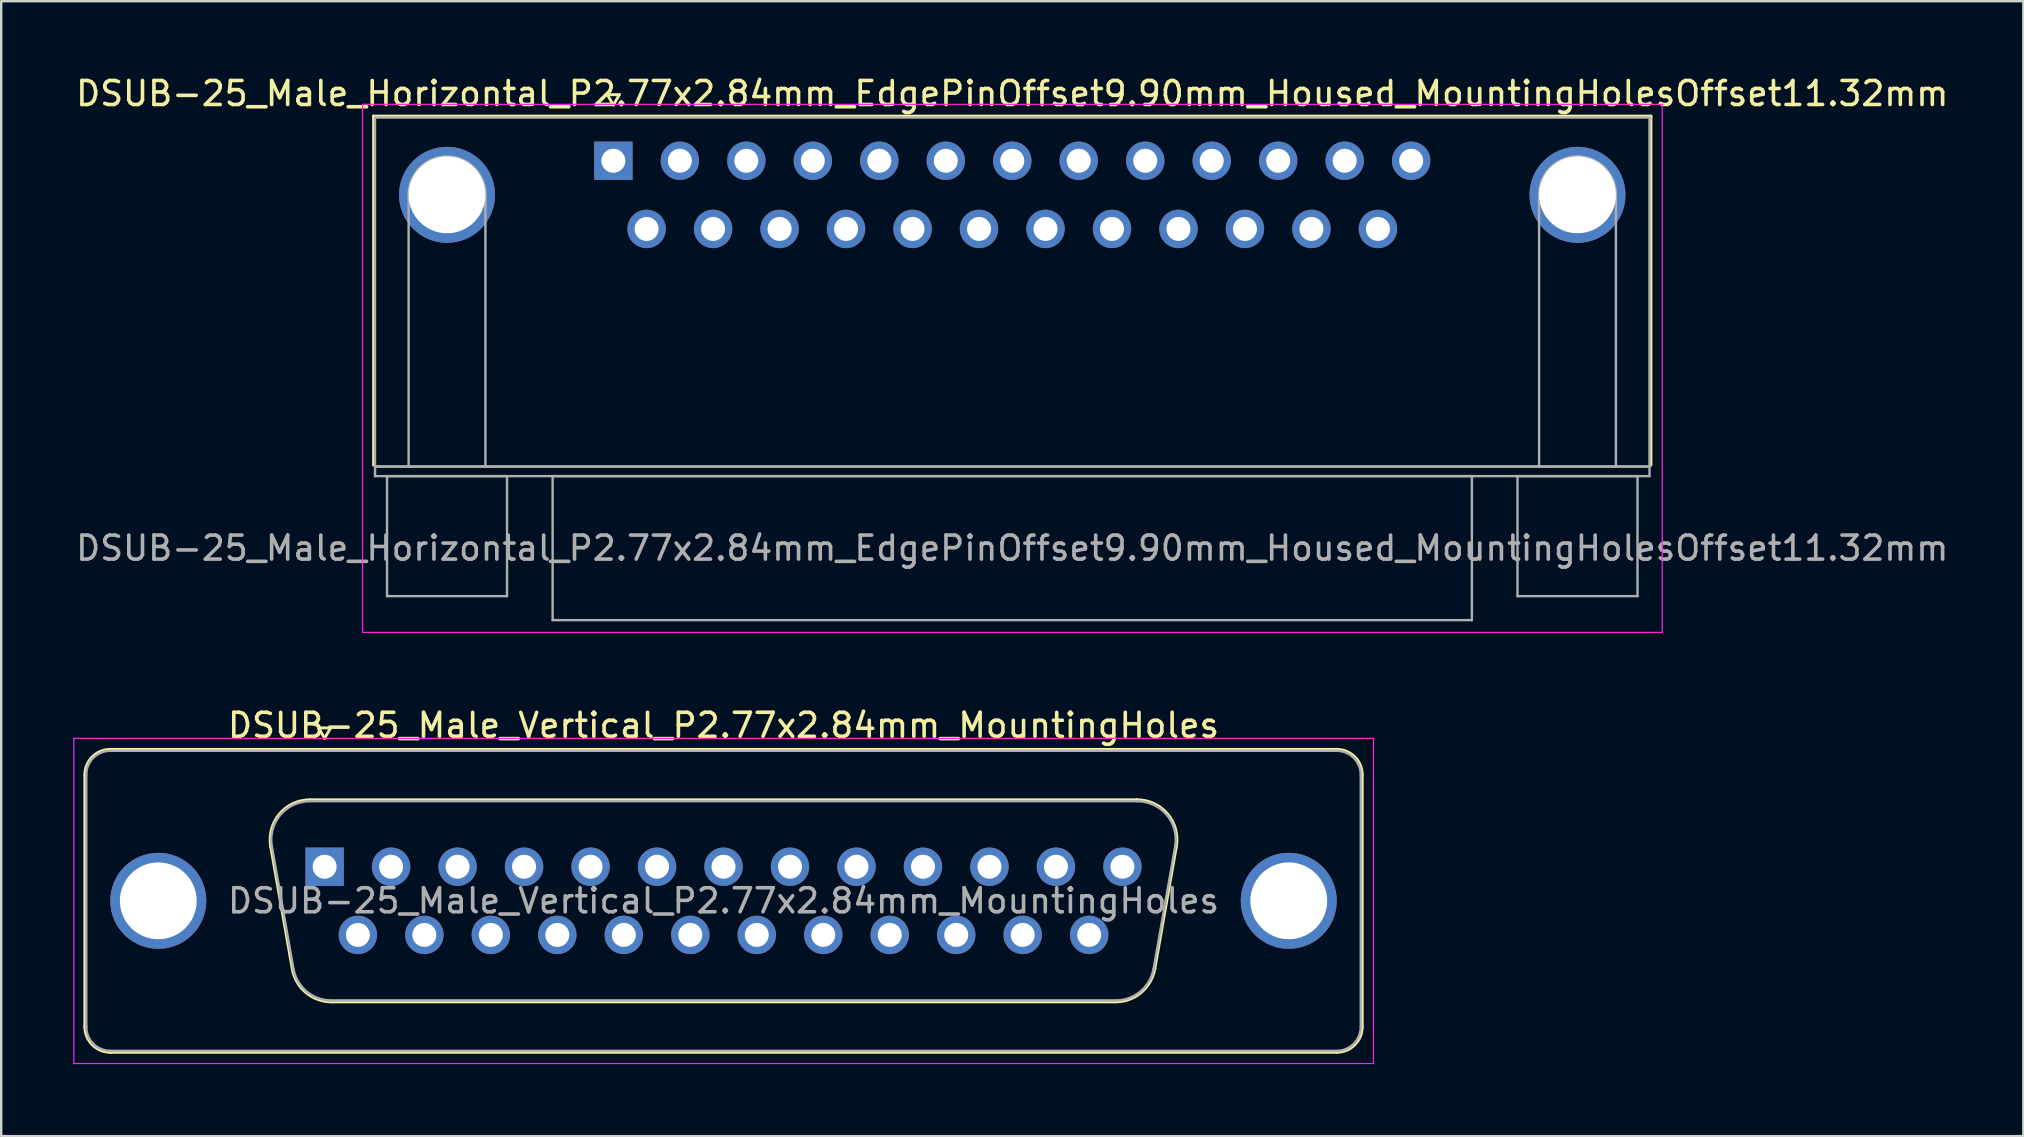
<source format=kicad_pcb>
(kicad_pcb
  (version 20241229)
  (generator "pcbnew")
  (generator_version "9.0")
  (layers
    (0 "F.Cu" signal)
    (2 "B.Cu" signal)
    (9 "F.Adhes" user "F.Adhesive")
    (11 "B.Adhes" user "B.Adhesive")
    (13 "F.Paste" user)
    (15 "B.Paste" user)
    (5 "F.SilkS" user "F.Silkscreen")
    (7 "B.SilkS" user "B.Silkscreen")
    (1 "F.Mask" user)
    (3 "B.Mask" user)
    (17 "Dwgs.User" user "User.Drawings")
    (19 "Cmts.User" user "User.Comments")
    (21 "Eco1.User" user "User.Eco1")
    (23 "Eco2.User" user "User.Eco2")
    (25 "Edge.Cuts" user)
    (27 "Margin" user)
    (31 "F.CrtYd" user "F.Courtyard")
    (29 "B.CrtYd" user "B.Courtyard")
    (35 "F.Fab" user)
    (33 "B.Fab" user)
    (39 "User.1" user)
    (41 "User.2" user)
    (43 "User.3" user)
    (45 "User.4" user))
  (footprint "DSUB-25_Male_Vertical_P2.77x2.84mm_MountingHoles"
    (layer "F.Cu")
    (at 10.475 33.062)
    (property "Reference" "DSUB-25_Male_Vertical_P2.77x2.84mm_MountingHoles" (at 16.62 -5.89 0) (layer "F.SilkS") (effects (font (size 1 1) (thickness 0.15))))
    (attr through_hole)
    (fp_line (start -9.99 6.67) (end -9.99 -3.83) (stroke (width 0.12) (type solid)) (layer "F.SilkS"))
    (fp_line (start -8.93 -4.89) (end 42.17 -4.89) (stroke (width 0.12) (type solid)) (layer "F.SilkS"))
    (fp_line (start -2.246 -0.842) (end -1.347 4.258) (stroke (width 0.12) (type solid)) (layer "F.SilkS"))
    (fp_line (start -0.612 -2.79) (end 33.852 -2.79) (stroke (width 0.12) (type solid)) (layer "F.SilkS"))
    (fp_line (start -0.25 -5.784) (end 0.25 -5.784) (stroke (width 0.12) (type solid)) (layer "F.SilkS"))
    (fp_line (start 0 -5.351) (end -0.25 -5.784) (stroke (width 0.12) (type solid)) (layer "F.SilkS"))
    (fp_line (start 0.25 -5.784) (end 0 -5.351) (stroke (width 0.12) (type solid)) (layer "F.SilkS"))
    (fp_line (start 0.288 5.63) (end 32.952 5.63) (stroke (width 0.12) (type solid)) (layer "F.SilkS"))
    (fp_line (start 35.486 -0.842) (end 34.587 4.258) (stroke (width 0.12) (type solid)) (layer "F.SilkS"))
    (fp_line (start 42.17 7.73) (end -8.93 7.73) (stroke (width 0.12) (type solid)) (layer "F.SilkS"))
    (fp_line (start 43.23 -3.83) (end 43.23 6.67) (stroke (width 0.12) (type solid)) (layer "F.SilkS"))
    (fp_arc (start -9.99 -3.83) (mid -9.679533 -4.579533) (end -8.93 -4.89) (stroke (width 0.12) (type solid)) (layer "F.SilkS"))
    (fp_arc (start -8.93 7.73) (mid -9.679533 7.419533) (end -9.99 6.67) (stroke (width 0.12) (type solid)) (layer "F.SilkS"))
    (fp_arc (start -2.24647 -0.841744) (mid -1.883323 -2.197028) (end -0.611689 -2.79) (stroke (width 0.12) (type solid)) (layer "F.SilkS"))
    (fp_arc (start 0.287579 5.63) (mid -0.779448 5.241634) (end -1.347202 4.258256) (stroke (width 0.12) (type solid)) (layer "F.SilkS"))
    (fp_arc (start 33.851689 -2.79) (mid 35.123323 -2.197027) (end 35.48647 -0.841744) (stroke (width 0.12) (type solid)) (layer "F.SilkS"))
    (fp_arc (start 34.587202 4.258256) (mid 34.019449 5.241634) (end 32.952421 5.63) (stroke (width 0.12) (type solid)) (layer "F.SilkS"))
    (fp_arc (start 42.17 -4.89) (mid 42.919533 -4.579533) (end 43.23 -3.83) (stroke (width 0.12) (type solid)) (layer "F.SilkS"))
    (fp_arc (start 43.23 6.67) (mid 42.919533 7.419533) (end 42.17 7.73) (stroke (width 0.12) (type solid)) (layer "F.SilkS"))
    (fp_line (start -10.45 -5.35) (end -10.45 8.2) (stroke (width 0.05) (type solid)) (layer "F.CrtYd"))
    (fp_line (start -10.45 8.2) (end 43.7 8.2) (stroke (width 0.05) (type solid)) (layer "F.CrtYd"))
    (fp_line (start 43.7 -5.35) (end -10.45 -5.35) (stroke (width 0.05) (type solid)) (layer "F.CrtYd"))
    (fp_line (start 43.7 8.2) (end 43.7 -5.35) (stroke (width 0.05) (type solid)) (layer "F.CrtYd"))
    (fp_line (start -9.93 6.67) (end -9.93 -3.83) (stroke (width 0.1) (type solid)) (layer "F.Fab"))
    (fp_line (start -8.93 -4.83) (end 42.17 -4.83) (stroke (width 0.1) (type solid)) (layer "F.Fab"))
    (fp_line (start -2.199 -0.852) (end -1.3 4.248) (stroke (width 0.1) (type solid)) (layer "F.Fab"))
    (fp_line (start -0.623 -2.73) (end 33.863 -2.73) (stroke (width 0.1) (type solid)) (layer "F.Fab"))
    (fp_line (start 0.276 5.57) (end 32.964 5.57) (stroke (width 0.1) (type solid)) (layer "F.Fab"))
    (fp_line (start 35.439 -0.852) (end 34.54 4.248) (stroke (width 0.1) (type solid)) (layer "F.Fab"))
    (fp_line (start 42.17 7.67) (end -8.93 7.67) (stroke (width 0.1) (type solid)) (layer "F.Fab"))
    (fp_line (start 43.17 -3.83) (end 43.17 6.67) (stroke (width 0.1) (type solid)) (layer "F.Fab"))
    (fp_arc (start -9.93 -3.83) (mid -9.637107 -4.537107) (end -8.93 -4.83) (stroke (width 0.1) (type solid)) (layer "F.Fab"))
    (fp_arc (start -8.93 7.67) (mid -9.637107 7.377107) (end -9.93 6.67) (stroke (width 0.1) (type solid)) (layer "F.Fab"))
    (fp_arc (start -2.198886 -0.852163) (mid -1.848865 -2.15846) (end -0.623194 -2.73) (stroke (width 0.1) (type solid)) (layer "F.Fab"))
    (fp_arc (start 0.276073 5.57) (mid -0.752387 5.195671) (end -1.299619 4.247837) (stroke (width 0.1) (type solid)) (layer "F.Fab"))
    (fp_arc (start 33.863194 -2.73) (mid 35.088865 -2.15846) (end 35.438886 -0.852163) (stroke (width 0.1) (type solid)) (layer "F.Fab"))
    (fp_arc (start 34.539619 4.247837) (mid 33.992387 5.195671) (end 32.963927 5.57) (stroke (width 0.1) (type solid)) (layer "F.Fab"))
    (fp_arc (start 42.17 -4.83) (mid 42.877107 -4.537107) (end 43.17 -3.83) (stroke (width 0.1) (type solid)) (layer "F.Fab"))
    (fp_arc (start 43.17 6.67) (mid 42.877107 7.377107) (end 42.17 7.67) (stroke (width 0.1) (type solid)) (layer "F.Fab"))
    (fp_text user "${REFERENCE}" (at 16.62 1.42 0) (layer "F.Fab") (effects (font (size 1 1) (thickness 0.15))))
    (pad "0" thru_hole circle (at -6.93 1.42) (size 4 4) (drill 3.2) (layers "*.Cu" "*.Mask"))
    (pad "0" thru_hole circle (at 40.17 1.42) (size 4 4) (drill 3.2) (layers "*.Cu" "*.Mask"))
    (pad "1" thru_hole rect (at 0 0) (size 1.6 1.6) (drill 1) (layers "*.Cu" "*.Mask"))
    (pad "2" thru_hole circle (at 2.77 0) (size 1.6 1.6) (drill 1) (layers "*.Cu" "*.Mask"))
    (pad "3" thru_hole circle (at 5.54 0) (size 1.6 1.6) (drill 1) (layers "*.Cu" "*.Mask"))
    (pad "4" thru_hole circle (at 8.31 0) (size 1.6 1.6) (drill 1) (layers "*.Cu" "*.Mask"))
    (pad "5" thru_hole circle (at 11.08 0) (size 1.6 1.6) (drill 1) (layers "*.Cu" "*.Mask"))
    (pad "6" thru_hole circle (at 13.85 0) (size 1.6 1.6) (drill 1) (layers "*.Cu" "*.Mask"))
    (pad "7" thru_hole circle (at 16.62 0) (size 1.6 1.6) (drill 1) (layers "*.Cu" "*.Mask"))
    (pad "8" thru_hole circle (at 19.39 0) (size 1.6 1.6) (drill 1) (layers "*.Cu" "*.Mask"))
    (pad "9" thru_hole circle (at 22.16 0) (size 1.6 1.6) (drill 1) (layers "*.Cu" "*.Mask"))
    (pad "10" thru_hole circle (at 24.93 0) (size 1.6 1.6) (drill 1) (layers "*.Cu" "*.Mask"))
    (pad "11" thru_hole circle (at 27.7 0) (size 1.6 1.6) (drill 1) (layers "*.Cu" "*.Mask"))
    (pad "12" thru_hole circle (at 30.47 0) (size 1.6 1.6) (drill 1) (layers "*.Cu" "*.Mask"))
    (pad "13" thru_hole circle (at 33.24 0) (size 1.6 1.6) (drill 1) (layers "*.Cu" "*.Mask"))
    (pad "14" thru_hole circle (at 1.385 2.84) (size 1.6 1.6) (drill 1) (layers "*.Cu" "*.Mask"))
    (pad "15" thru_hole circle (at 4.155 2.84) (size 1.6 1.6) (drill 1) (layers "*.Cu" "*.Mask"))
    (pad "16" thru_hole circle (at 6.925 2.84) (size 1.6 1.6) (drill 1) (layers "*.Cu" "*.Mask"))
    (pad "17" thru_hole circle (at 9.695 2.84) (size 1.6 1.6) (drill 1) (layers "*.Cu" "*.Mask"))
    (pad "18" thru_hole circle (at 12.465 2.84) (size 1.6 1.6) (drill 1) (layers "*.Cu" "*.Mask"))
    (pad "19" thru_hole circle (at 15.235 2.84) (size 1.6 1.6) (drill 1) (layers "*.Cu" "*.Mask"))
    (pad "20" thru_hole circle (at 18.005 2.84) (size 1.6 1.6) (drill 1) (layers "*.Cu" "*.Mask"))
    (pad "21" thru_hole circle (at 20.775 2.84) (size 1.6 1.6) (drill 1) (layers "*.Cu" "*.Mask"))
    (pad "22" thru_hole circle (at 23.545 2.84) (size 1.6 1.6) (drill 1) (layers "*.Cu" "*.Mask"))
    (pad "23" thru_hole circle (at 26.315 2.84) (size 1.6 1.6) (drill 1) (layers "*.Cu" "*.Mask"))
    (pad "24" thru_hole circle (at 29.085 2.84) (size 1.6 1.6) (drill 1) (layers "*.Cu" "*.Mask"))
    (pad "25" thru_hole circle (at 31.855 2.84) (size 1.6 1.6) (drill 1) (layers "*.Cu" "*.Mask")))
  (footprint "DSUB-25_Male_Horizontal_P2.77x2.84mm_EdgePinOffset9.90mm_Housed_MountingHolesOffset11.32mm"
    (layer "F.Cu")
    (at 22.505 3.648)
    (property "Reference" "DSUB-25_Male_Horizontal_P2.77x2.84mm_EdgePinOffset9.90mm_Housed_MountingHolesOffset11.32mm" (at 16.62 -2.8 0) (layer "F.SilkS") (effects (font (size 1 1) (thickness 0.15))))
    (attr through_hole)
    (fp_line (start -9.99 -1.86) (end 43.23 -1.86) (stroke (width 0.12) (type solid)) (layer "F.SilkS"))
    (fp_line (start -9.99 12.68) (end -9.99 -1.86) (stroke (width 0.12) (type solid)) (layer "F.SilkS"))
    (fp_line (start -0.25 -2.754) (end 0.25 -2.754) (stroke (width 0.12) (type solid)) (layer "F.SilkS"))
    (fp_line (start 0 -2.321) (end -0.25 -2.754) (stroke (width 0.12) (type solid)) (layer "F.SilkS"))
    (fp_line (start 0.25 -2.754) (end 0 -2.321) (stroke (width 0.12) (type solid)) (layer "F.SilkS"))
    (fp_line (start 43.23 -1.86) (end 43.23 12.68) (stroke (width 0.12) (type solid)) (layer "F.SilkS"))
    (fp_line (start -10.45 -2.35) (end -10.45 19.65) (stroke (width 0.05) (type solid)) (layer "F.CrtYd"))
    (fp_line (start -10.45 19.65) (end 43.7 19.65) (stroke (width 0.05) (type solid)) (layer "F.CrtYd"))
    (fp_line (start 43.7 -2.35) (end -10.45 -2.35) (stroke (width 0.05) (type solid)) (layer "F.CrtYd"))
    (fp_line (start 43.7 19.65) (end 43.7 -2.35) (stroke (width 0.05) (type solid)) (layer "F.CrtYd"))
    (fp_line (start -9.93 -1.8) (end -9.93 12.74) (stroke (width 0.1) (type solid)) (layer "F.Fab"))
    (fp_line (start -9.93 12.74) (end -9.93 13.14) (stroke (width 0.1) (type solid)) (layer "F.Fab"))
    (fp_line (start -9.93 12.74) (end 43.17 12.74) (stroke (width 0.1) (type solid)) (layer "F.Fab"))
    (fp_line (start -9.93 13.14) (end 43.17 13.14) (stroke (width 0.1) (type solid)) (layer "F.Fab"))
    (fp_line (start -9.43 13.14) (end -9.43 18.14) (stroke (width 0.1) (type solid)) (layer "F.Fab"))
    (fp_line (start -9.43 18.14) (end -4.43 18.14) (stroke (width 0.1) (type solid)) (layer "F.Fab"))
    (fp_line (start -8.53 12.74) (end -8.53 1.42) (stroke (width 0.1) (type solid)) (layer "F.Fab"))
    (fp_line (start -5.33 12.74) (end -5.33 1.42) (stroke (width 0.1) (type solid)) (layer "F.Fab"))
    (fp_line (start -4.43 13.14) (end -9.43 13.14) (stroke (width 0.1) (type solid)) (layer "F.Fab"))
    (fp_line (start -4.43 18.14) (end -4.43 13.14) (stroke (width 0.1) (type solid)) (layer "F.Fab"))
    (fp_line (start -2.53 13.14) (end -2.53 19.14) (stroke (width 0.1) (type solid)) (layer "F.Fab"))
    (fp_line (start -2.53 19.14) (end 35.77 19.14) (stroke (width 0.1) (type solid)) (layer "F.Fab"))
    (fp_line (start 35.77 13.14) (end -2.53 13.14) (stroke (width 0.1) (type solid)) (layer "F.Fab"))
    (fp_line (start 35.77 19.14) (end 35.77 13.14) (stroke (width 0.1) (type solid)) (layer "F.Fab"))
    (fp_line (start 37.67 13.14) (end 37.67 18.14) (stroke (width 0.1) (type solid)) (layer "F.Fab"))
    (fp_line (start 37.67 18.14) (end 42.67 18.14) (stroke (width 0.1) (type solid)) (layer "F.Fab"))
    (fp_line (start 38.57 12.74) (end 38.57 1.42) (stroke (width 0.1) (type solid)) (layer "F.Fab"))
    (fp_line (start 41.77 12.74) (end 41.77 1.42) (stroke (width 0.1) (type solid)) (layer "F.Fab"))
    (fp_line (start 42.67 13.14) (end 37.67 13.14) (stroke (width 0.1) (type solid)) (layer "F.Fab"))
    (fp_line (start 42.67 18.14) (end 42.67 13.14) (stroke (width 0.1) (type solid)) (layer "F.Fab"))
    (fp_line (start 43.17 -1.8) (end -9.93 -1.8) (stroke (width 0.1) (type solid)) (layer "F.Fab"))
    (fp_line (start 43.17 12.74) (end -9.93 12.74) (stroke (width 0.1) (type solid)) (layer "F.Fab"))
    (fp_line (start 43.17 12.74) (end 43.17 -1.8) (stroke (width 0.1) (type solid)) (layer "F.Fab"))
    (fp_line (start 43.17 13.14) (end 43.17 12.74) (stroke (width 0.1) (type solid)) (layer "F.Fab"))
    (fp_arc (start -8.53 1.42) (mid -6.93 -0.18) (end -5.33 1.42) (stroke (width 0.1) (type solid)) (layer "F.Fab"))
    (fp_arc (start 38.57 1.42) (mid 40.17 -0.18) (end 41.77 1.42) (stroke (width 0.1) (type solid)) (layer "F.Fab"))
    (fp_text user "${REFERENCE}" (at 16.62 16.14 0) (layer "F.Fab") (effects (font (size 1 1) (thickness 0.15))))
    (pad "0" thru_hole circle (at -6.93 1.42) (size 4 4) (drill 3.2) (layers "*.Cu" "*.Mask"))
    (pad "0" thru_hole circle (at 40.17 1.42) (size 4 4) (drill 3.2) (layers "*.Cu" "*.Mask"))
    (pad "1" thru_hole rect (at 0 0) (size 1.6 1.6) (drill 1) (layers "*.Cu" "*.Mask"))
    (pad "2" thru_hole circle (at 2.77 0) (size 1.6 1.6) (drill 1) (layers "*.Cu" "*.Mask"))
    (pad "3" thru_hole circle (at 5.54 0) (size 1.6 1.6) (drill 1) (layers "*.Cu" "*.Mask"))
    (pad "4" thru_hole circle (at 8.31 0) (size 1.6 1.6) (drill 1) (layers "*.Cu" "*.Mask"))
    (pad "5" thru_hole circle (at 11.08 0) (size 1.6 1.6) (drill 1) (layers "*.Cu" "*.Mask"))
    (pad "6" thru_hole circle (at 13.85 0) (size 1.6 1.6) (drill 1) (layers "*.Cu" "*.Mask"))
    (pad "7" thru_hole circle (at 16.62 0) (size 1.6 1.6) (drill 1) (layers "*.Cu" "*.Mask"))
    (pad "8" thru_hole circle (at 19.39 0) (size 1.6 1.6) (drill 1) (layers "*.Cu" "*.Mask"))
    (pad "9" thru_hole circle (at 22.16 0) (size 1.6 1.6) (drill 1) (layers "*.Cu" "*.Mask"))
    (pad "10" thru_hole circle (at 24.93 0) (size 1.6 1.6) (drill 1) (layers "*.Cu" "*.Mask"))
    (pad "11" thru_hole circle (at 27.7 0) (size 1.6 1.6) (drill 1) (layers "*.Cu" "*.Mask"))
    (pad "12" thru_hole circle (at 30.47 0) (size 1.6 1.6) (drill 1) (layers "*.Cu" "*.Mask"))
    (pad "13" thru_hole circle (at 33.24 0) (size 1.6 1.6) (drill 1) (layers "*.Cu" "*.Mask"))
    (pad "14" thru_hole circle (at 1.385 2.84) (size 1.6 1.6) (drill 1) (layers "*.Cu" "*.Mask"))
    (pad "15" thru_hole circle (at 4.155 2.84) (size 1.6 1.6) (drill 1) (layers "*.Cu" "*.Mask"))
    (pad "16" thru_hole circle (at 6.925 2.84) (size 1.6 1.6) (drill 1) (layers "*.Cu" "*.Mask"))
    (pad "17" thru_hole circle (at 9.695 2.84) (size 1.6 1.6) (drill 1) (layers "*.Cu" "*.Mask"))
    (pad "18" thru_hole circle (at 12.465 2.84) (size 1.6 1.6) (drill 1) (layers "*.Cu" "*.Mask"))
    (pad "19" thru_hole circle (at 15.235 2.84) (size 1.6 1.6) (drill 1) (layers "*.Cu" "*.Mask"))
    (pad "20" thru_hole circle (at 18.005 2.84) (size 1.6 1.6) (drill 1) (layers "*.Cu" "*.Mask"))
    (pad "21" thru_hole circle (at 20.775 2.84) (size 1.6 1.6) (drill 1) (layers "*.Cu" "*.Mask"))
    (pad "22" thru_hole circle (at 23.545 2.84) (size 1.6 1.6) (drill 1) (layers "*.Cu" "*.Mask"))
    (pad "23" thru_hole circle (at 26.315 2.84) (size 1.6 1.6) (drill 1) (layers "*.Cu" "*.Mask"))
    (pad "24" thru_hole circle (at 29.085 2.84) (size 1.6 1.6) (drill 1) (layers "*.Cu" "*.Mask"))
    (pad "25" thru_hole circle (at 31.855 2.84) (size 1.6 1.6) (drill 1) (layers "*.Cu" "*.Mask")))
  (gr_rect
    (start -3 -3)
    (end 81.25 44.286)
    (stroke (width 0.1) (type default))
    (fill no)
    (layer "Edge.Cuts")))
</source>
